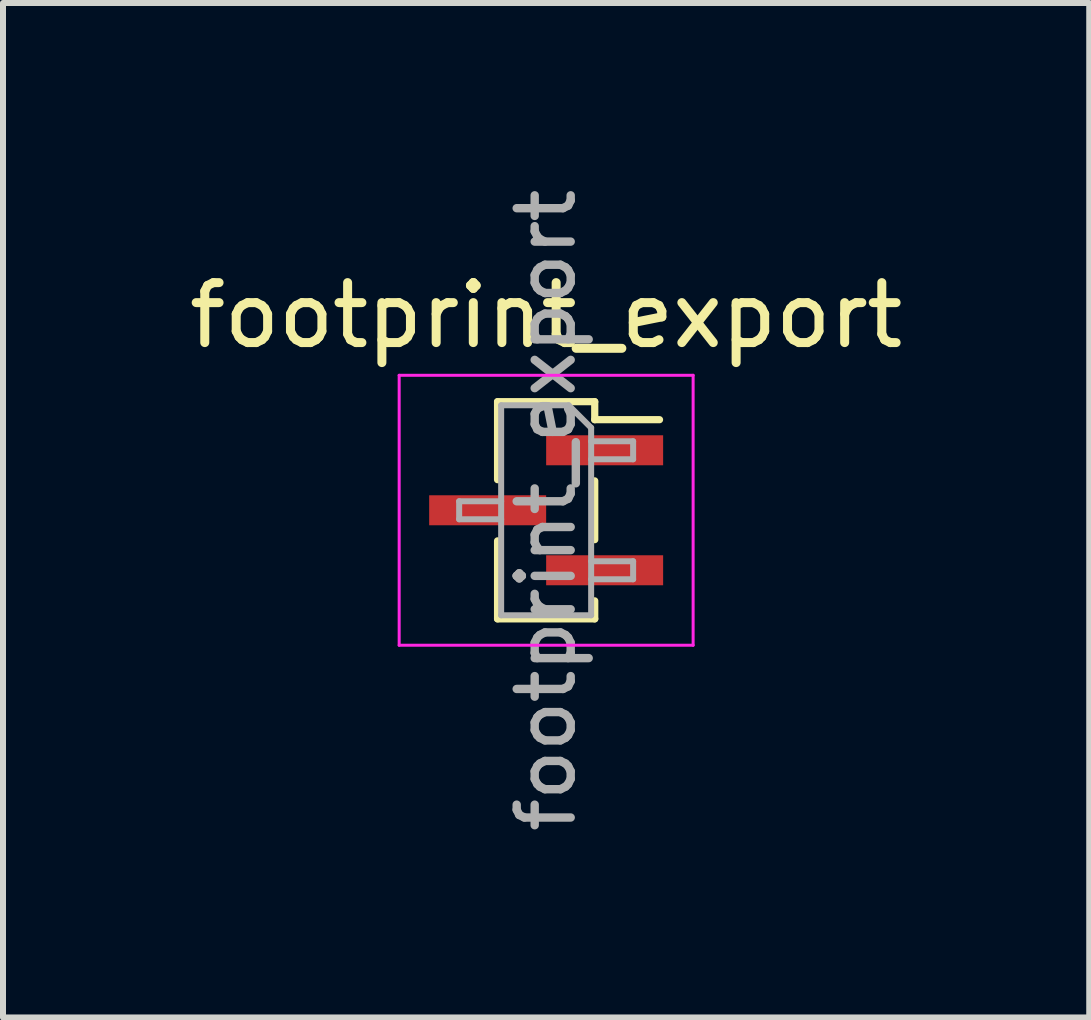
<source format=kicad_pcb>
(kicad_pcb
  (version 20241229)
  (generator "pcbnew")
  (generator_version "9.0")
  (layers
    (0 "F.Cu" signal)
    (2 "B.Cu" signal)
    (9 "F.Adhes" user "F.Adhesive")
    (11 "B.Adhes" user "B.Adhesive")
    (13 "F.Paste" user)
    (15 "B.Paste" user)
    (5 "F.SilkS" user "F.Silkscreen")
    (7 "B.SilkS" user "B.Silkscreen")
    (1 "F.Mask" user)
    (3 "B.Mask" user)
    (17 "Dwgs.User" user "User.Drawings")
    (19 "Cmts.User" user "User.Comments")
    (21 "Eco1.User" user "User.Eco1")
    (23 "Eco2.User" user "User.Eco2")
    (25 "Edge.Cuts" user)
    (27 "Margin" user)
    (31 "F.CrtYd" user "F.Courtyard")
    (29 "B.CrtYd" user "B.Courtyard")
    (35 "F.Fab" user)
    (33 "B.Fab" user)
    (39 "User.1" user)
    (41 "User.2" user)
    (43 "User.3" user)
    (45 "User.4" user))
  (footprint "footprint_export"
    (layer "F.Cu")
    (at 6.054 5.456)
    (property "Reference" "footprint_export" (at 0 -3.25 0) (layer "F.SilkS") (effects (font (size 1 1) (thickness 0.15))))
    (attr smd)
    (fp_line (start -0.81 -1.81) (end -0.81 -0.51) (stroke (width 0.12) (type solid)) (layer "F.SilkS"))
    (fp_line (start -0.81 -1.81) (end 0.81 -1.81) (stroke (width 0.12) (type solid)) (layer "F.SilkS"))
    (fp_line (start -0.81 0.51) (end -0.81 1.81) (stroke (width 0.12) (type solid)) (layer "F.SilkS"))
    (fp_line (start -0.81 1.81) (end 0.81 1.81) (stroke (width 0.12) (type solid)) (layer "F.SilkS"))
    (fp_line (start 0.81 -1.81) (end 0.81 -1.51) (stroke (width 0.12) (type solid)) (layer "F.SilkS"))
    (fp_line (start 0.81 -1.51) (end 1.89 -1.51) (stroke (width 0.12) (type solid)) (layer "F.SilkS"))
    (fp_line (start 0.81 -0.49) (end 0.81 0.49) (stroke (width 0.12) (type solid)) (layer "F.SilkS"))
    (fp_line (start 0.81 1.51) (end 0.81 1.81) (stroke (width 0.12) (type solid)) (layer "F.SilkS"))
    (fp_line (start -2.45 -2.25) (end 2.45 -2.25) (stroke (width 0.05) (type solid)) (layer "F.CrtYd"))
    (fp_line (start -2.45 2.25) (end -2.45 -2.25) (stroke (width 0.05) (type solid)) (layer "F.CrtYd"))
    (fp_line (start 2.45 -2.25) (end 2.45 2.25) (stroke (width 0.05) (type solid)) (layer "F.CrtYd"))
    (fp_line (start 2.45 2.25) (end -2.45 2.25) (stroke (width 0.05) (type solid)) (layer "F.CrtYd"))
    (fp_line (start -1.45 -0.15) (end -0.75 -0.15) (stroke (width 0.1) (type solid)) (layer "F.Fab"))
    (fp_line (start -1.45 0.15) (end -1.45 -0.15) (stroke (width 0.1) (type solid)) (layer "F.Fab"))
    (fp_line (start -0.75 -1.75) (end 0.375 -1.75) (stroke (width 0.1) (type solid)) (layer "F.Fab"))
    (fp_line (start -0.75 0.15) (end -1.45 0.15) (stroke (width 0.1) (type solid)) (layer "F.Fab"))
    (fp_line (start -0.75 1.75) (end -0.75 -1.75) (stroke (width 0.1) (type solid)) (layer "F.Fab"))
    (fp_line (start 0.375 -1.75) (end 0.75 -1.375) (stroke (width 0.1) (type solid)) (layer "F.Fab"))
    (fp_line (start 0.75 -1.375) (end 0.75 1.75) (stroke (width 0.1) (type solid)) (layer "F.Fab"))
    (fp_line (start 0.75 -1.15) (end 1.45 -1.15) (stroke (width 0.1) (type solid)) (layer "F.Fab"))
    (fp_line (start 0.75 0.85) (end 1.45 0.85) (stroke (width 0.1) (type solid)) (layer "F.Fab"))
    (fp_line (start 0.75 1.75) (end -0.75 1.75) (stroke (width 0.1) (type solid)) (layer "F.Fab"))
    (fp_line (start 1.45 -1.15) (end 1.45 -0.85) (stroke (width 0.1) (type solid)) (layer "F.Fab"))
    (fp_line (start 1.45 -0.85) (end 0.75 -0.85) (stroke (width 0.1) (type solid)) (layer "F.Fab"))
    (fp_line (start 1.45 0.85) (end 1.45 1.15) (stroke (width 0.1) (type solid)) (layer "F.Fab"))
    (fp_line (start 1.45 1.15) (end 0.75 1.15) (stroke (width 0.1) (type solid)) (layer "F.Fab"))
    (fp_text user "${REFERENCE}" (at 0 0 90) (layer "F.Fab") (effects (font (size 0.9 0.9) (thickness 0.14))))
    (pad "1" smd rect (at 0.975 -1) (size 1.95 0.5) (layers "F.Cu" "F.Mask" "F.Paste"))
    (pad "2" smd rect (at -0.975 0) (size 1.95 0.5) (layers "F.Cu" "F.Mask" "F.Paste"))
    (pad "3" smd rect (at 0.975 1) (size 1.95 0.5) (layers "F.Cu" "F.Mask" "F.Paste")))
  (gr_rect
    (start -3 -3)
    (end 15.107 13.911)
    (stroke (width 0.1) (type default))
    (fill no)
    (layer "Edge.Cuts")))
</source>
